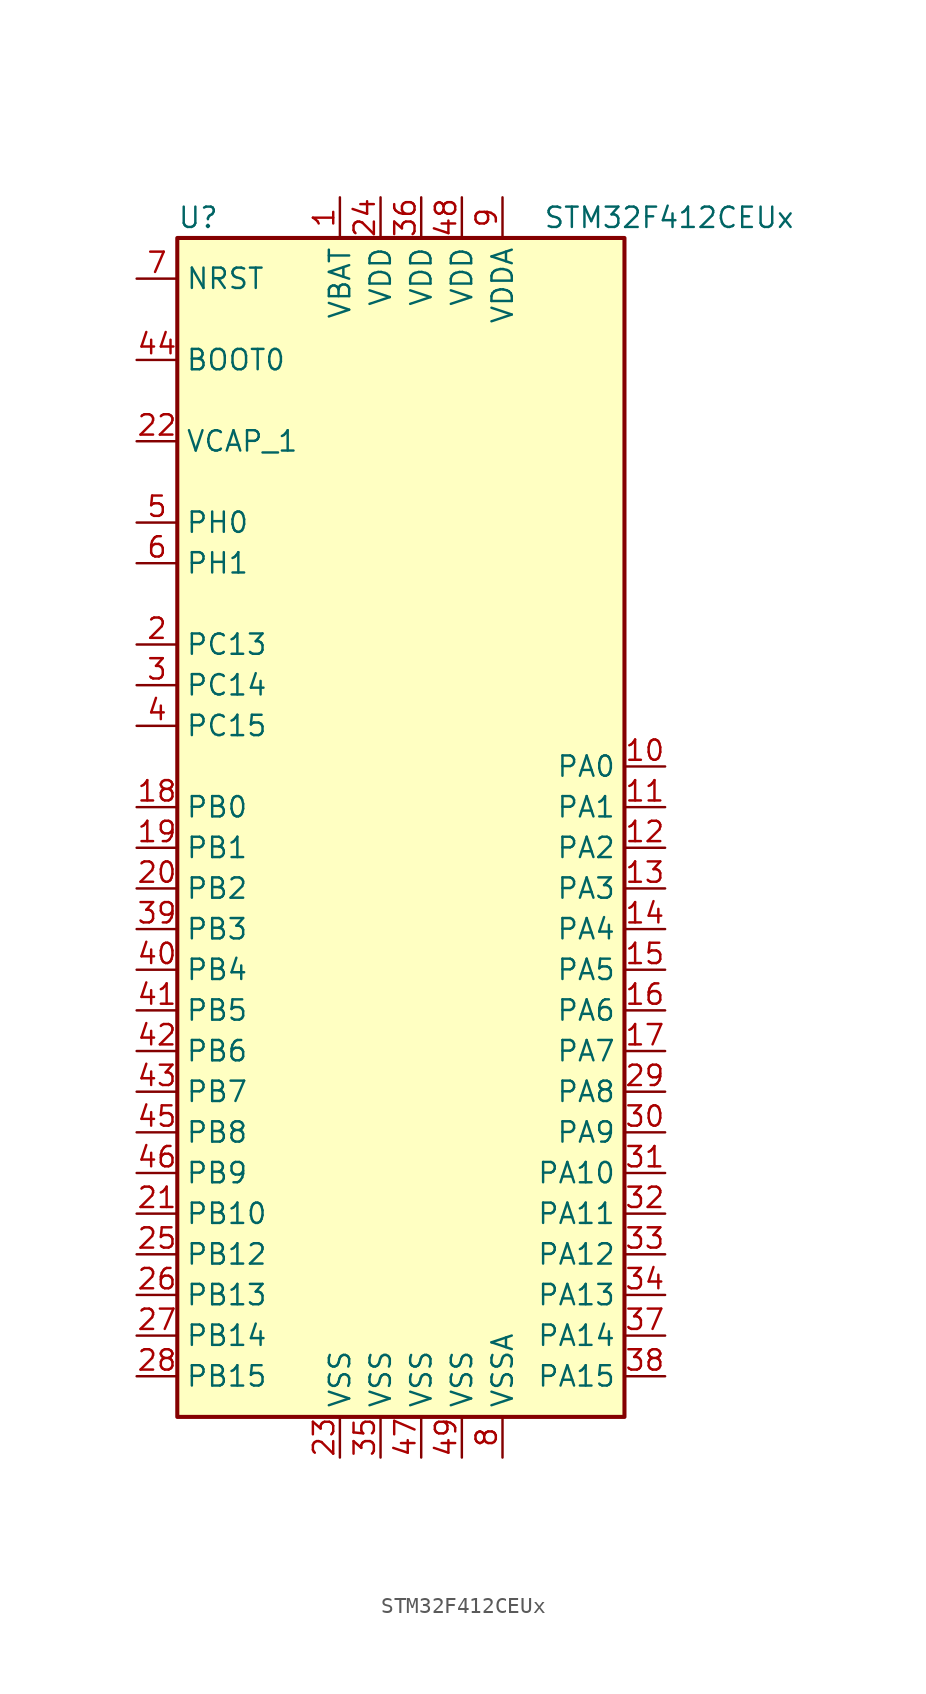
<source format=kicad_sym>
(kicad_symbol_lib
  (version 20201005)
  (generator kicad_symbol_editor)
  (symbol "MCU_ST_STM32F4:STM32F412CEUx"
    (property "Reference" "U"
      (at -15.24 36.83 0)
      (effects (font (size 1.27 1.27)) (justify left)))
    (property "Value" "STM32F412CEUx"
      (at 7.62 36.83 0)
      (effects (font (size 1.27 1.27)) (justify left)))
    (symbol "STM32F412CEUx_0_1"
      (rectangle (start -15.24 -38.1) (end 12.7 35.56) (stroke (width 0.254)) (fill (type background))))
    (symbol "STM32F412CEUx_1_1"
      (pin input line (at -17.78 27.94 0) (length 2.54) (name "BOOT0" (effects (font (size 1.27 1.27)))) (number "44" (effects (font (size 1.27 1.27)))))
      (pin input line (at -17.78 33.02 0) (length 2.54) (name "NRST" (effects (font (size 1.27 1.27)))) (number "7" (effects (font (size 1.27 1.27)))))
      (pin bidirectional line (at 15.24 2.54 180) (length 2.54) (name "PA0" (effects (font (size 1.27 1.27)))) (number "10" (effects (font (size 1.27 1.27)))))
      (pin bidirectional line (at 15.24 0 180) (length 2.54) (name "PA1" (effects (font (size 1.27 1.27)))) (number "11" (effects (font (size 1.27 1.27)))))
      (pin bidirectional line (at 15.24 -22.86 180) (length 2.54) (name "PA10" (effects (font (size 1.27 1.27)))) (number "31" (effects (font (size 1.27 1.27)))))
      (pin bidirectional line (at 15.24 -25.4 180) (length 2.54) (name "PA11" (effects (font (size 1.27 1.27)))) (number "32" (effects (font (size 1.27 1.27)))))
      (pin bidirectional line (at 15.24 -27.94 180) (length 2.54) (name "PA12" (effects (font (size 1.27 1.27)))) (number "33" (effects (font (size 1.27 1.27)))))
      (pin bidirectional line (at 15.24 -30.48 180) (length 2.54) (name "PA13" (effects (font (size 1.27 1.27)))) (number "34" (effects (font (size 1.27 1.27)))))
      (pin bidirectional line (at 15.24 -33.02 180) (length 2.54) (name "PA14" (effects (font (size 1.27 1.27)))) (number "37" (effects (font (size 1.27 1.27)))))
      (pin bidirectional line (at 15.24 -35.56 180) (length 2.54) (name "PA15" (effects (font (size 1.27 1.27)))) (number "38" (effects (font (size 1.27 1.27)))))
      (pin bidirectional line (at 15.24 -2.54 180) (length 2.54) (name "PA2" (effects (font (size 1.27 1.27)))) (number "12" (effects (font (size 1.27 1.27)))))
      (pin bidirectional line (at 15.24 -5.08 180) (length 2.54) (name "PA3" (effects (font (size 1.27 1.27)))) (number "13" (effects (font (size 1.27 1.27)))))
      (pin bidirectional line (at 15.24 -7.62 180) (length 2.54) (name "PA4" (effects (font (size 1.27 1.27)))) (number "14" (effects (font (size 1.27 1.27)))))
      (pin bidirectional line (at 15.24 -10.16 180) (length 2.54) (name "PA5" (effects (font (size 1.27 1.27)))) (number "15" (effects (font (size 1.27 1.27)))))
      (pin bidirectional line (at 15.24 -12.7 180) (length 2.54) (name "PA6" (effects (font (size 1.27 1.27)))) (number "16" (effects (font (size 1.27 1.27)))))
      (pin bidirectional line (at 15.24 -15.24 180) (length 2.54) (name "PA7" (effects (font (size 1.27 1.27)))) (number "17" (effects (font (size 1.27 1.27)))))
      (pin bidirectional line (at 15.24 -17.78 180) (length 2.54) (name "PA8" (effects (font (size 1.27 1.27)))) (number "29" (effects (font (size 1.27 1.27)))))
      (pin bidirectional line (at 15.24 -20.32 180) (length 2.54) (name "PA9" (effects (font (size 1.27 1.27)))) (number "30" (effects (font (size 1.27 1.27)))))
      (pin bidirectional line (at -17.78 0 0) (length 2.54) (name "PB0" (effects (font (size 1.27 1.27)))) (number "18" (effects (font (size 1.27 1.27)))))
      (pin bidirectional line (at -17.78 -2.54 0) (length 2.54) (name "PB1" (effects (font (size 1.27 1.27)))) (number "19" (effects (font (size 1.27 1.27)))))
      (pin bidirectional line (at -17.78 -25.4 0) (length 2.54) (name "PB10" (effects (font (size 1.27 1.27)))) (number "21" (effects (font (size 1.27 1.27)))))
      (pin bidirectional line (at -17.78 -27.94 0) (length 2.54) (name "PB12" (effects (font (size 1.27 1.27)))) (number "25" (effects (font (size 1.27 1.27)))))
      (pin bidirectional line (at -17.78 -30.48 0) (length 2.54) (name "PB13" (effects (font (size 1.27 1.27)))) (number "26" (effects (font (size 1.27 1.27)))))
      (pin bidirectional line (at -17.78 -33.02 0) (length 2.54) (name "PB14" (effects (font (size 1.27 1.27)))) (number "27" (effects (font (size 1.27 1.27)))))
      (pin bidirectional line (at -17.78 -35.56 0) (length 2.54) (name "PB15" (effects (font (size 1.27 1.27)))) (number "28" (effects (font (size 1.27 1.27)))))
      (pin bidirectional line (at -17.78 -5.08 0) (length 2.54) (name "PB2" (effects (font (size 1.27 1.27)))) (number "20" (effects (font (size 1.27 1.27)))))
      (pin bidirectional line (at -17.78 -7.62 0) (length 2.54) (name "PB3" (effects (font (size 1.27 1.27)))) (number "39" (effects (font (size 1.27 1.27)))))
      (pin bidirectional line (at -17.78 -10.16 0) (length 2.54) (name "PB4" (effects (font (size 1.27 1.27)))) (number "40" (effects (font (size 1.27 1.27)))))
      (pin bidirectional line (at -17.78 -12.7 0) (length 2.54) (name "PB5" (effects (font (size 1.27 1.27)))) (number "41" (effects (font (size 1.27 1.27)))))
      (pin bidirectional line (at -17.78 -15.24 0) (length 2.54) (name "PB6" (effects (font (size 1.27 1.27)))) (number "42" (effects (font (size 1.27 1.27)))))
      (pin bidirectional line (at -17.78 -17.78 0) (length 2.54) (name "PB7" (effects (font (size 1.27 1.27)))) (number "43" (effects (font (size 1.27 1.27)))))
      (pin bidirectional line (at -17.78 -20.32 0) (length 2.54) (name "PB8" (effects (font (size 1.27 1.27)))) (number "45" (effects (font (size 1.27 1.27)))))
      (pin bidirectional line (at -17.78 -22.86 0) (length 2.54) (name "PB9" (effects (font (size 1.27 1.27)))) (number "46" (effects (font (size 1.27 1.27)))))
      (pin bidirectional line (at -17.78 10.16 0) (length 2.54) (name "PC13" (effects (font (size 1.27 1.27)))) (number "2" (effects (font (size 1.27 1.27)))))
      (pin bidirectional line (at -17.78 7.62 0) (length 2.54) (name "PC14" (effects (font (size 1.27 1.27)))) (number "3" (effects (font (size 1.27 1.27)))))
      (pin bidirectional line (at -17.78 5.08 0) (length 2.54) (name "PC15" (effects (font (size 1.27 1.27)))) (number "4" (effects (font (size 1.27 1.27)))))
      (pin input line (at -17.78 17.78 0) (length 2.54) (name "PH0" (effects (font (size 1.27 1.27)))) (number "5" (effects (font (size 1.27 1.27)))))
      (pin input line (at -17.78 15.24 0) (length 2.54) (name "PH1" (effects (font (size 1.27 1.27)))) (number "6" (effects (font (size 1.27 1.27)))))
      (pin power_in line (at -5.08 38.1 270) (length 2.54) (name "VBAT" (effects (font (size 1.27 1.27)))) (number "1" (effects (font (size 1.27 1.27)))))
      (pin power_in line (at -17.78 22.86 0) (length 2.54) (name "VCAP_1" (effects (font (size 1.27 1.27)))) (number "22" (effects (font (size 1.27 1.27)))))
      (pin power_in line (at -2.54 38.1 270) (length 2.54) (name "VDD" (effects (font (size 1.27 1.27)))) (number "24" (effects (font (size 1.27 1.27)))))
      (pin power_in line (at 0 38.1 270) (length 2.54) (name "VDD" (effects (font (size 1.27 1.27)))) (number "36" (effects (font (size 1.27 1.27)))))
      (pin power_in line (at 2.54 38.1 270) (length 2.54) (name "VDD" (effects (font (size 1.27 1.27)))) (number "48" (effects (font (size 1.27 1.27)))))
      (pin power_in line (at 5.08 38.1 270) (length 2.54) (name "VDDA" (effects (font (size 1.27 1.27)))) (number "9" (effects (font (size 1.27 1.27)))))
      (pin power_in line (at -5.08 -40.64 90) (length 2.54) (name "VSS" (effects (font (size 1.27 1.27)))) (number "23" (effects (font (size 1.27 1.27)))))
      (pin power_in line (at -2.54 -40.64 90) (length 2.54) (name "VSS" (effects (font (size 1.27 1.27)))) (number "35" (effects (font (size 1.27 1.27)))))
      (pin power_in line (at 0 -40.64 90) (length 2.54) (name "VSS" (effects (font (size 1.27 1.27)))) (number "47" (effects (font (size 1.27 1.27)))))
      (pin power_in line (at 2.54 -40.64 90) (length 2.54) (name "VSS" (effects (font (size 1.27 1.27)))) (number "49" (effects (font (size 1.27 1.27)))))
      (pin power_in line (at 5.08 -40.64 90) (length 2.54) (name "VSSA" (effects (font (size 1.27 1.27)))) (number "8" (effects (font (size 1.27 1.27))))))))
</source>
